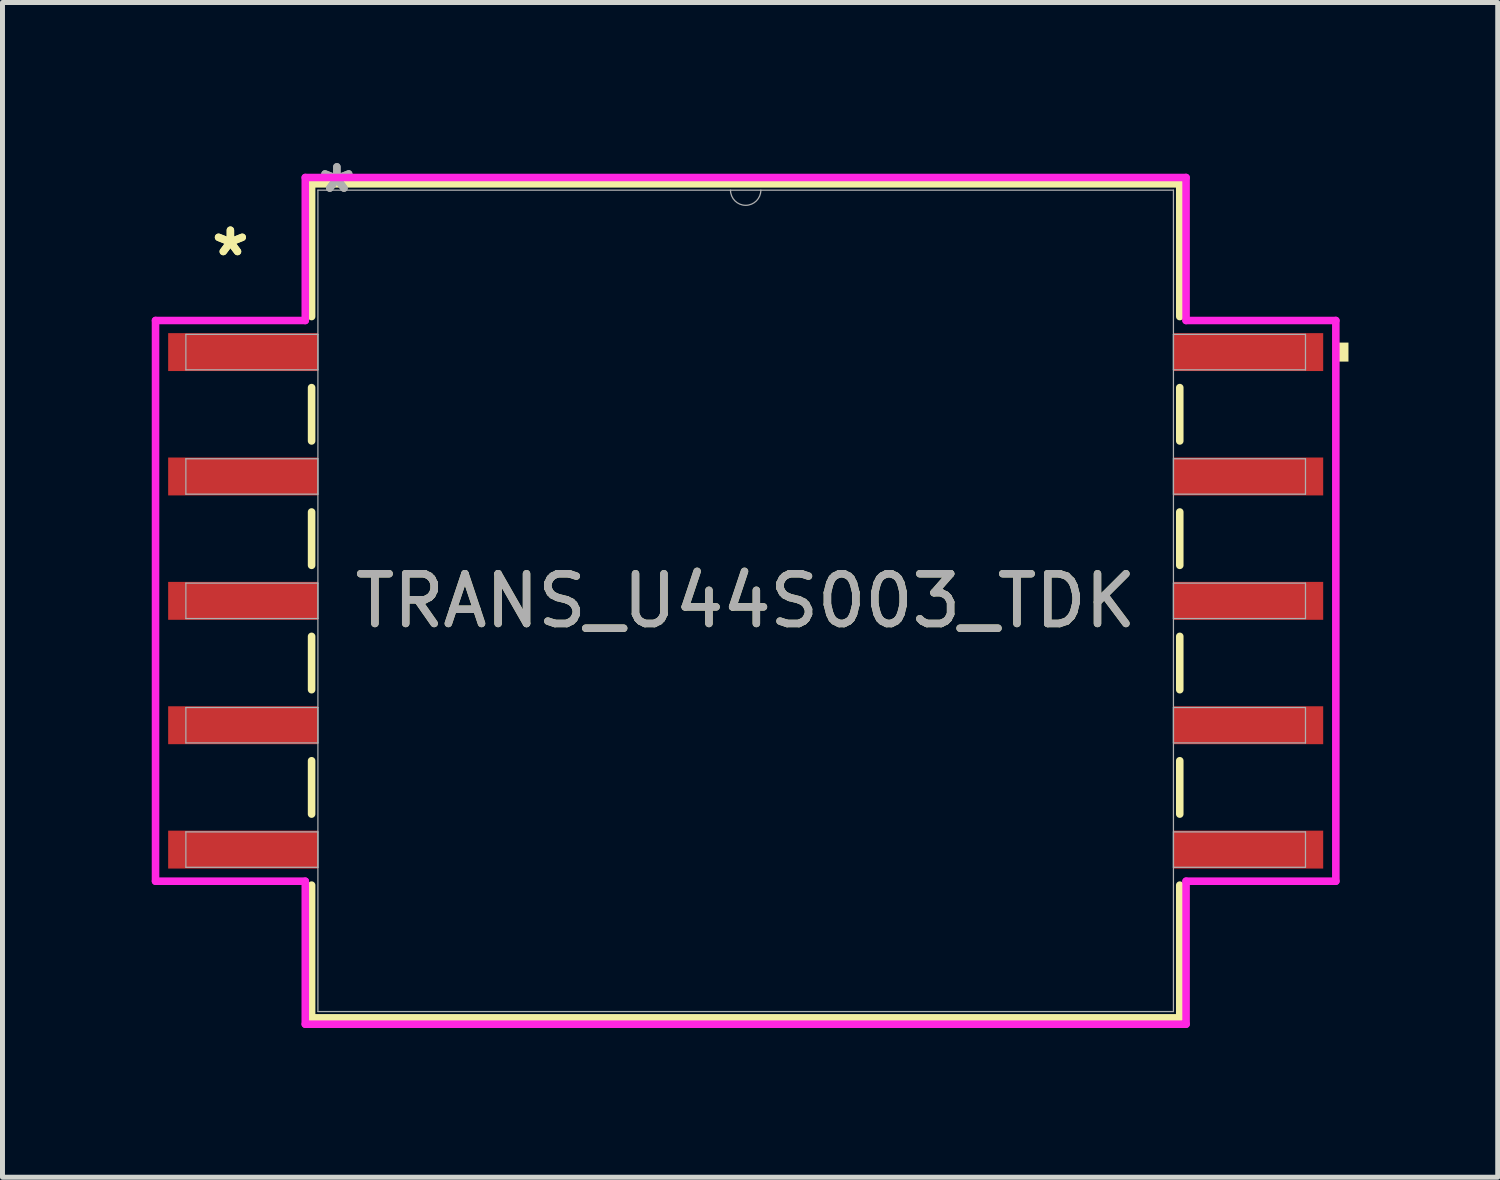
<source format=kicad_pcb>
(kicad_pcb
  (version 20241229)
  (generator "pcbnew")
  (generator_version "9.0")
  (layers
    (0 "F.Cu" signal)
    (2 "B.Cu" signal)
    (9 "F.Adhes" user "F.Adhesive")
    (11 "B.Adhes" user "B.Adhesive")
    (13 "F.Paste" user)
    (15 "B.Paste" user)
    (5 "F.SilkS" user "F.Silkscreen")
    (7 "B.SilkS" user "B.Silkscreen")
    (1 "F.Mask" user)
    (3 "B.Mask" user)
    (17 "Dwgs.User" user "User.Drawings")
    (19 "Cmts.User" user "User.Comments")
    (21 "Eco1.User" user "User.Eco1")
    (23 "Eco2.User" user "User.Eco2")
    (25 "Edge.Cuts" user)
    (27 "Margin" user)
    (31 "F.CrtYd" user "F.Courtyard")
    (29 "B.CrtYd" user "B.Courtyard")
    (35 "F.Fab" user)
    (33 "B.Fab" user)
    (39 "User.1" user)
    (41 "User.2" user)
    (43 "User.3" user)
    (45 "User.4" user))
  (footprint "TRANS_U44S003_TDK"
    (layer "F.Cu")
    (at 11.938 9.027)
    (property "Reference" "TRANS_U44S003_TDK" (at 0 0 0) (unlocked yes) (layer "F.SilkS") (effects (font (size 1 1) (thickness 0.15))))
    (attr smd)
    (fp_line (start -8.725 -8.382) (end -8.725 -5.714) (stroke (width 0.152) (type solid)) (layer "F.SilkS"))
    (fp_line (start -8.725 -4.286) (end -8.725 -3.214) (stroke (width 0.152) (type solid)) (layer "F.SilkS"))
    (fp_line (start -8.725 -1.786) (end -8.725 -0.714) (stroke (width 0.152) (type solid)) (layer "F.SilkS"))
    (fp_line (start -8.725 0.714) (end -8.725 1.786) (stroke (width 0.152) (type solid)) (layer "F.SilkS"))
    (fp_line (start -8.725 3.214) (end -8.725 4.286) (stroke (width 0.152) (type solid)) (layer "F.SilkS"))
    (fp_line (start -8.725 5.714) (end -8.725 8.382) (stroke (width 0.152) (type solid)) (layer "F.SilkS"))
    (fp_line (start -8.725 8.382) (end 8.725 8.382) (stroke (width 0.152) (type solid)) (layer "F.SilkS"))
    (fp_line (start 8.725 -8.382) (end -8.725 -8.382) (stroke (width 0.152) (type solid)) (layer "F.SilkS"))
    (fp_line (start 8.725 -5.714) (end 8.725 -8.382) (stroke (width 0.152) (type solid)) (layer "F.SilkS"))
    (fp_line (start 8.725 -3.214) (end 8.725 -4.286) (stroke (width 0.152) (type solid)) (layer "F.SilkS"))
    (fp_line (start 8.725 -0.714) (end 8.725 -1.786) (stroke (width 0.152) (type solid)) (layer "F.SilkS"))
    (fp_line (start 8.725 1.786) (end 8.725 0.714) (stroke (width 0.152) (type solid)) (layer "F.SilkS"))
    (fp_line (start 8.725 4.286) (end 8.725 3.214) (stroke (width 0.152) (type solid)) (layer "F.SilkS"))
    (fp_line (start 8.725 8.382) (end 8.725 5.714) (stroke (width 0.152) (type solid)) (layer "F.SilkS"))
    (fp_poly (pts (xy 12.116 -5.191) (xy 12.116 -4.809) (xy 11.862 -4.809) (xy 11.862 -5.191)) (stroke (width 0) (type solid)) (fill yes) (layer "F.SilkS"))
    (fp_line (start -11.862 -5.635) (end -8.852 -5.635) (stroke (width 0.152) (type solid)) (layer "F.CrtYd"))
    (fp_line (start -11.862 5.635) (end -11.862 -5.635) (stroke (width 0.152) (type solid)) (layer "F.CrtYd"))
    (fp_line (start -11.862 5.635) (end -8.852 5.635) (stroke (width 0.152) (type solid)) (layer "F.CrtYd"))
    (fp_line (start -8.852 -8.509) (end 8.852 -8.509) (stroke (width 0.152) (type solid)) (layer "F.CrtYd"))
    (fp_line (start -8.852 -5.635) (end -8.852 -8.509) (stroke (width 0.152) (type solid)) (layer "F.CrtYd"))
    (fp_line (start -8.852 8.509) (end -8.852 5.635) (stroke (width 0.152) (type solid)) (layer "F.CrtYd"))
    (fp_line (start 8.852 -8.509) (end 8.852 -5.635) (stroke (width 0.152) (type solid)) (layer "F.CrtYd"))
    (fp_line (start 8.852 5.635) (end 8.852 8.509) (stroke (width 0.152) (type solid)) (layer "F.CrtYd"))
    (fp_line (start 8.852 8.509) (end -8.852 8.509) (stroke (width 0.152) (type solid)) (layer "F.CrtYd"))
    (fp_line (start 11.862 -5.635) (end 8.852 -5.635) (stroke (width 0.152) (type solid)) (layer "F.CrtYd"))
    (fp_line (start 11.862 -5.635) (end 11.862 5.635) (stroke (width 0.152) (type solid)) (layer "F.CrtYd"))
    (fp_line (start 11.862 5.635) (end 8.852 5.635) (stroke (width 0.152) (type solid)) (layer "F.CrtYd"))
    (fp_line (start -11.252 -5.356) (end -11.252 -4.644) (stroke (width 0.025) (type solid)) (layer "F.Fab"))
    (fp_line (start -11.252 -4.644) (end -8.598 -4.644) (stroke (width 0.025) (type solid)) (layer "F.Fab"))
    (fp_line (start -11.252 -2.856) (end -11.252 -2.144) (stroke (width 0.025) (type solid)) (layer "F.Fab"))
    (fp_line (start -11.252 -2.144) (end -8.598 -2.144) (stroke (width 0.025) (type solid)) (layer "F.Fab"))
    (fp_line (start -11.252 -0.356) (end -11.252 0.356) (stroke (width 0.025) (type solid)) (layer "F.Fab"))
    (fp_line (start -11.252 0.356) (end -8.598 0.356) (stroke (width 0.025) (type solid)) (layer "F.Fab"))
    (fp_line (start -11.252 2.144) (end -11.252 2.856) (stroke (width 0.025) (type solid)) (layer "F.Fab"))
    (fp_line (start -11.252 2.856) (end -8.598 2.856) (stroke (width 0.025) (type solid)) (layer "F.Fab"))
    (fp_line (start -11.252 4.644) (end -11.252 5.356) (stroke (width 0.025) (type solid)) (layer "F.Fab"))
    (fp_line (start -11.252 5.356) (end -8.598 5.356) (stroke (width 0.025) (type solid)) (layer "F.Fab"))
    (fp_line (start -8.598 -8.255) (end -8.598 8.255) (stroke (width 0.025) (type solid)) (layer "F.Fab"))
    (fp_line (start -8.598 -5.356) (end -11.252 -5.356) (stroke (width 0.025) (type solid)) (layer "F.Fab"))
    (fp_line (start -8.598 -4.644) (end -8.598 -5.356) (stroke (width 0.025) (type solid)) (layer "F.Fab"))
    (fp_line (start -8.598 -2.856) (end -11.252 -2.856) (stroke (width 0.025) (type solid)) (layer "F.Fab"))
    (fp_line (start -8.598 -2.144) (end -8.598 -2.856) (stroke (width 0.025) (type solid)) (layer "F.Fab"))
    (fp_line (start -8.598 -0.356) (end -11.252 -0.356) (stroke (width 0.025) (type solid)) (layer "F.Fab"))
    (fp_line (start -8.598 0.356) (end -8.598 -0.356) (stroke (width 0.025) (type solid)) (layer "F.Fab"))
    (fp_line (start -8.598 2.144) (end -11.252 2.144) (stroke (width 0.025) (type solid)) (layer "F.Fab"))
    (fp_line (start -8.598 2.856) (end -8.598 2.144) (stroke (width 0.025) (type solid)) (layer "F.Fab"))
    (fp_line (start -8.598 4.644) (end -11.252 4.644) (stroke (width 0.025) (type solid)) (layer "F.Fab"))
    (fp_line (start -8.598 5.356) (end -8.598 4.644) (stroke (width 0.025) (type solid)) (layer "F.Fab"))
    (fp_line (start -8.598 8.255) (end 8.598 8.255) (stroke (width 0.025) (type solid)) (layer "F.Fab"))
    (fp_line (start 8.598 -8.255) (end -8.598 -8.255) (stroke (width 0.025) (type solid)) (layer "F.Fab"))
    (fp_line (start 8.598 -5.356) (end 8.598 -4.644) (stroke (width 0.025) (type solid)) (layer "F.Fab"))
    (fp_line (start 8.598 -4.644) (end 11.252 -4.644) (stroke (width 0.025) (type solid)) (layer "F.Fab"))
    (fp_line (start 8.598 -2.856) (end 8.598 -2.144) (stroke (width 0.025) (type solid)) (layer "F.Fab"))
    (fp_line (start 8.598 -2.144) (end 11.252 -2.144) (stroke (width 0.025) (type solid)) (layer "F.Fab"))
    (fp_line (start 8.598 -0.356) (end 8.598 0.356) (stroke (width 0.025) (type solid)) (layer "F.Fab"))
    (fp_line (start 8.598 0.356) (end 11.252 0.356) (stroke (width 0.025) (type solid)) (layer "F.Fab"))
    (fp_line (start 8.598 2.144) (end 8.598 2.856) (stroke (width 0.025) (type solid)) (layer "F.Fab"))
    (fp_line (start 8.598 2.856) (end 11.252 2.856) (stroke (width 0.025) (type solid)) (layer "F.Fab"))
    (fp_line (start 8.598 4.644) (end 8.598 5.356) (stroke (width 0.025) (type solid)) (layer "F.Fab"))
    (fp_line (start 8.598 5.356) (end 11.252 5.356) (stroke (width 0.025) (type solid)) (layer "F.Fab"))
    (fp_line (start 8.598 8.255) (end 8.598 -8.255) (stroke (width 0.025) (type solid)) (layer "F.Fab"))
    (fp_line (start 11.252 -5.356) (end 8.598 -5.356) (stroke (width 0.025) (type solid)) (layer "F.Fab"))
    (fp_line (start 11.252 -4.644) (end 11.252 -5.356) (stroke (width 0.025) (type solid)) (layer "F.Fab"))
    (fp_line (start 11.252 -2.856) (end 8.598 -2.856) (stroke (width 0.025) (type solid)) (layer "F.Fab"))
    (fp_line (start 11.252 -2.144) (end 11.252 -2.856) (stroke (width 0.025) (type solid)) (layer "F.Fab"))
    (fp_line (start 11.252 -0.356) (end 8.598 -0.356) (stroke (width 0.025) (type solid)) (layer "F.Fab"))
    (fp_line (start 11.252 0.356) (end 11.252 -0.356) (stroke (width 0.025) (type solid)) (layer "F.Fab"))
    (fp_line (start 11.252 2.144) (end 8.598 2.144) (stroke (width 0.025) (type solid)) (layer "F.Fab"))
    (fp_line (start 11.252 2.856) (end 11.252 2.144) (stroke (width 0.025) (type solid)) (layer "F.Fab"))
    (fp_line (start 11.252 4.644) (end 8.598 4.644) (stroke (width 0.025) (type solid)) (layer "F.Fab"))
    (fp_line (start 11.252 5.356) (end 11.252 4.644) (stroke (width 0.025) (type solid)) (layer "F.Fab"))
    (fp_arc (start 0.3048 -8.255) (mid 0 -7.9502) (end -0.3048 -8.255) (stroke (width 0.0254) (type solid)) (layer "F.Fab"))
    (fp_text user "*" (at -10.357 -6.905 0) (unlocked yes) (layer "F.SilkS") (effects (font (size 1 1) (thickness 0.15))))
    (fp_text user "*" (at -10.357 -6.905 0) (layer "F.SilkS") (effects (font (size 1 1) (thickness 0.15))))
    (fp_text user "${REFERENCE}" (at 0 0 0) (unlocked yes) (layer "F.Fab") (effects (font (size 1 1) (thickness 0.15))))
    (fp_text user "*" (at -8.217 -8.179 0) (layer "F.Fab") (effects (font (size 1 1) (thickness 0.15))))
    (fp_text user "*" (at -8.217 -8.179 0) (unlocked yes) (layer "F.Fab") (effects (font (size 1 1) (thickness 0.15))))
    (pad "1" smd rect (at -10.103 -5) (size 3.01 0.762) (layers "F.Cu" "F.Mask" "F.Paste"))
    (pad "2" smd rect (at -10.103 -2.5) (size 3.01 0.762) (layers "F.Cu" "F.Mask" "F.Paste"))
    (pad "3" smd rect (at -10.103 0) (size 3.01 0.762) (layers "F.Cu" "F.Mask" "F.Paste"))
    (pad "4" smd rect (at -10.103 2.5) (size 3.01 0.762) (layers "F.Cu" "F.Mask" "F.Paste"))
    (pad "5" smd rect (at -10.103 5) (size 3.01 0.762) (layers "F.Cu" "F.Mask" "F.Paste"))
    (pad "6" smd rect (at 10.103 5) (size 3.01 0.762) (layers "F.Cu" "F.Mask" "F.Paste"))
    (pad "7" smd rect (at 10.103 2.5) (size 3.01 0.762) (layers "F.Cu" "F.Mask" "F.Paste"))
    (pad "8" smd rect (at 10.103 0) (size 3.01 0.762) (layers "F.Cu" "F.Mask" "F.Paste"))
    (pad "9" smd rect (at 10.103 -2.5) (size 3.01 0.762) (layers "F.Cu" "F.Mask" "F.Paste"))
    (pad "10" smd rect (at 10.103 -5) (size 3.01 0.762) (layers "F.Cu" "F.Mask" "F.Paste")))
  (gr_rect
    (start -3 -3)
    (end 27.054 20.612)
    (stroke (width 0.1) (type default))
    (fill no)
    (layer "Edge.Cuts")))
</source>
